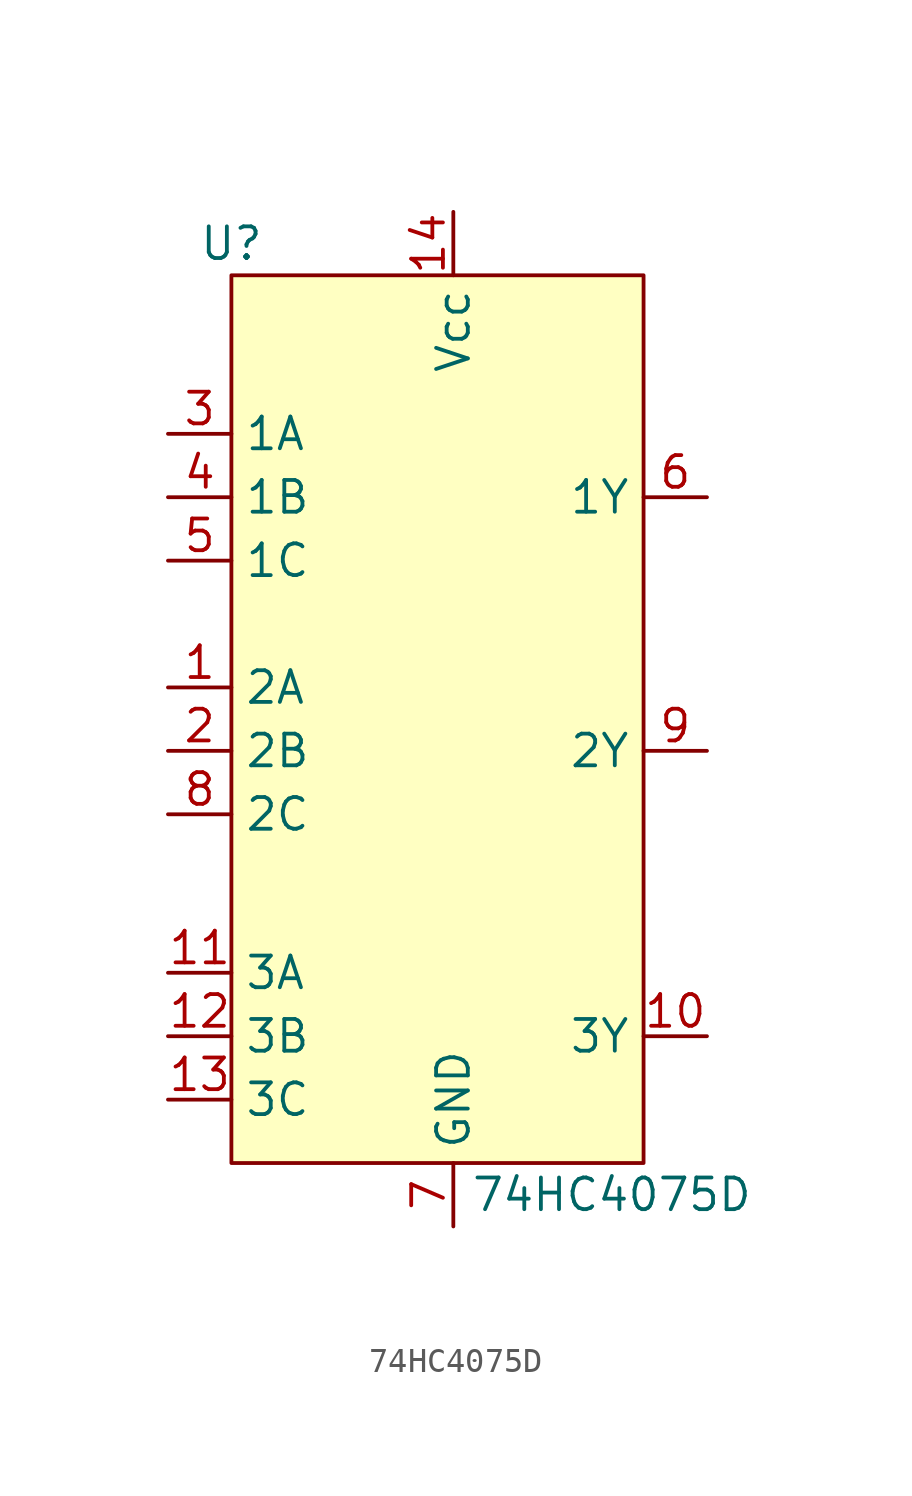
<source format=kicad_sym>
(kicad_symbol_lib
  (version 20211014)
  (generator kicad_symbol_editor)
  (symbol "74HC4075D"
    (property "Reference" "U"
      (at -7.62 20.32 0)
      (effects (font (size 1.27 1.27))))
    (property "Value" "74HC4075D"
      (at 7.62 -17.78 0)
      (effects (font (size 1.27 1.27))))
    (symbol "74HC4075D_0_0"
      (pin input line (at -10.16 2.54 0) (length 2.54) (name "2A" (effects (font (size 1.27 1.27)))) (number "1" (effects (font (size 1.27 1.27)))))
      (pin input line (at 11.43 -11.43 180) (length 2.54) (name "3Y" (effects (font (size 1.27 1.27)))) (number "10" (effects (font (size 1.27 1.27)))))
      (pin input line (at -10.16 -8.89 0) (length 2.54) (name "3A" (effects (font (size 1.27 1.27)))) (number "11" (effects (font (size 1.27 1.27)))))
      (pin input line (at -10.16 -11.43 0) (length 2.54) (name "3B" (effects (font (size 1.27 1.27)))) (number "12" (effects (font (size 1.27 1.27)))))
      (pin input line (at -10.16 -13.97 0) (length 2.54) (name "3C" (effects (font (size 1.27 1.27)))) (number "13" (effects (font (size 1.27 1.27)))))
      (pin power_in line (at 1.27 21.59 270) (length 2.54) (name "Vcc" (effects (font (size 1.27 1.27)))) (number "14" (effects (font (size 1.27 1.27)))))
      (pin input line (at -10.16 0 0) (length 2.54) (name "2B" (effects (font (size 1.27 1.27)))) (number "2" (effects (font (size 1.27 1.27)))))
      (pin input line (at -10.16 12.7 0) (length 2.54) (name "1A" (effects (font (size 1.27 1.27)))) (number "3" (effects (font (size 1.27 1.27)))))
      (pin input line (at -10.16 10.16 0) (length 2.54) (name "1B" (effects (font (size 1.27 1.27)))) (number "4" (effects (font (size 1.27 1.27)))))
      (pin input line (at -10.16 7.62 0) (length 2.54) (name "1C" (effects (font (size 1.27 1.27)))) (number "5" (effects (font (size 1.27 1.27)))))
      (pin input line (at 11.43 10.16 180) (length 2.54) (name "1Y" (effects (font (size 1.27 1.27)))) (number "6" (effects (font (size 1.27 1.27)))))
      (pin power_in line (at 1.27 -19.05 90) (length 2.54) (name "GND" (effects (font (size 1.27 1.27)))) (number "7" (effects (font (size 1.27 1.27)))))
      (pin input line (at -10.16 -2.54 0) (length 2.54) (name "2C" (effects (font (size 1.27 1.27)))) (number "8" (effects (font (size 1.27 1.27)))))
      (pin input line (at 11.43 0 180) (length 2.54) (name "2Y" (effects (font (size 1.27 1.27)))) (number "9" (effects (font (size 1.27 1.27))))))
    (symbol "74HC4075D_0_1"
      (rectangle (start -7.62 19.05) (end 8.89 -16.51) (stroke (width 0) (type default) (color 0 0 0 0)) (fill (type background))))))
</source>
